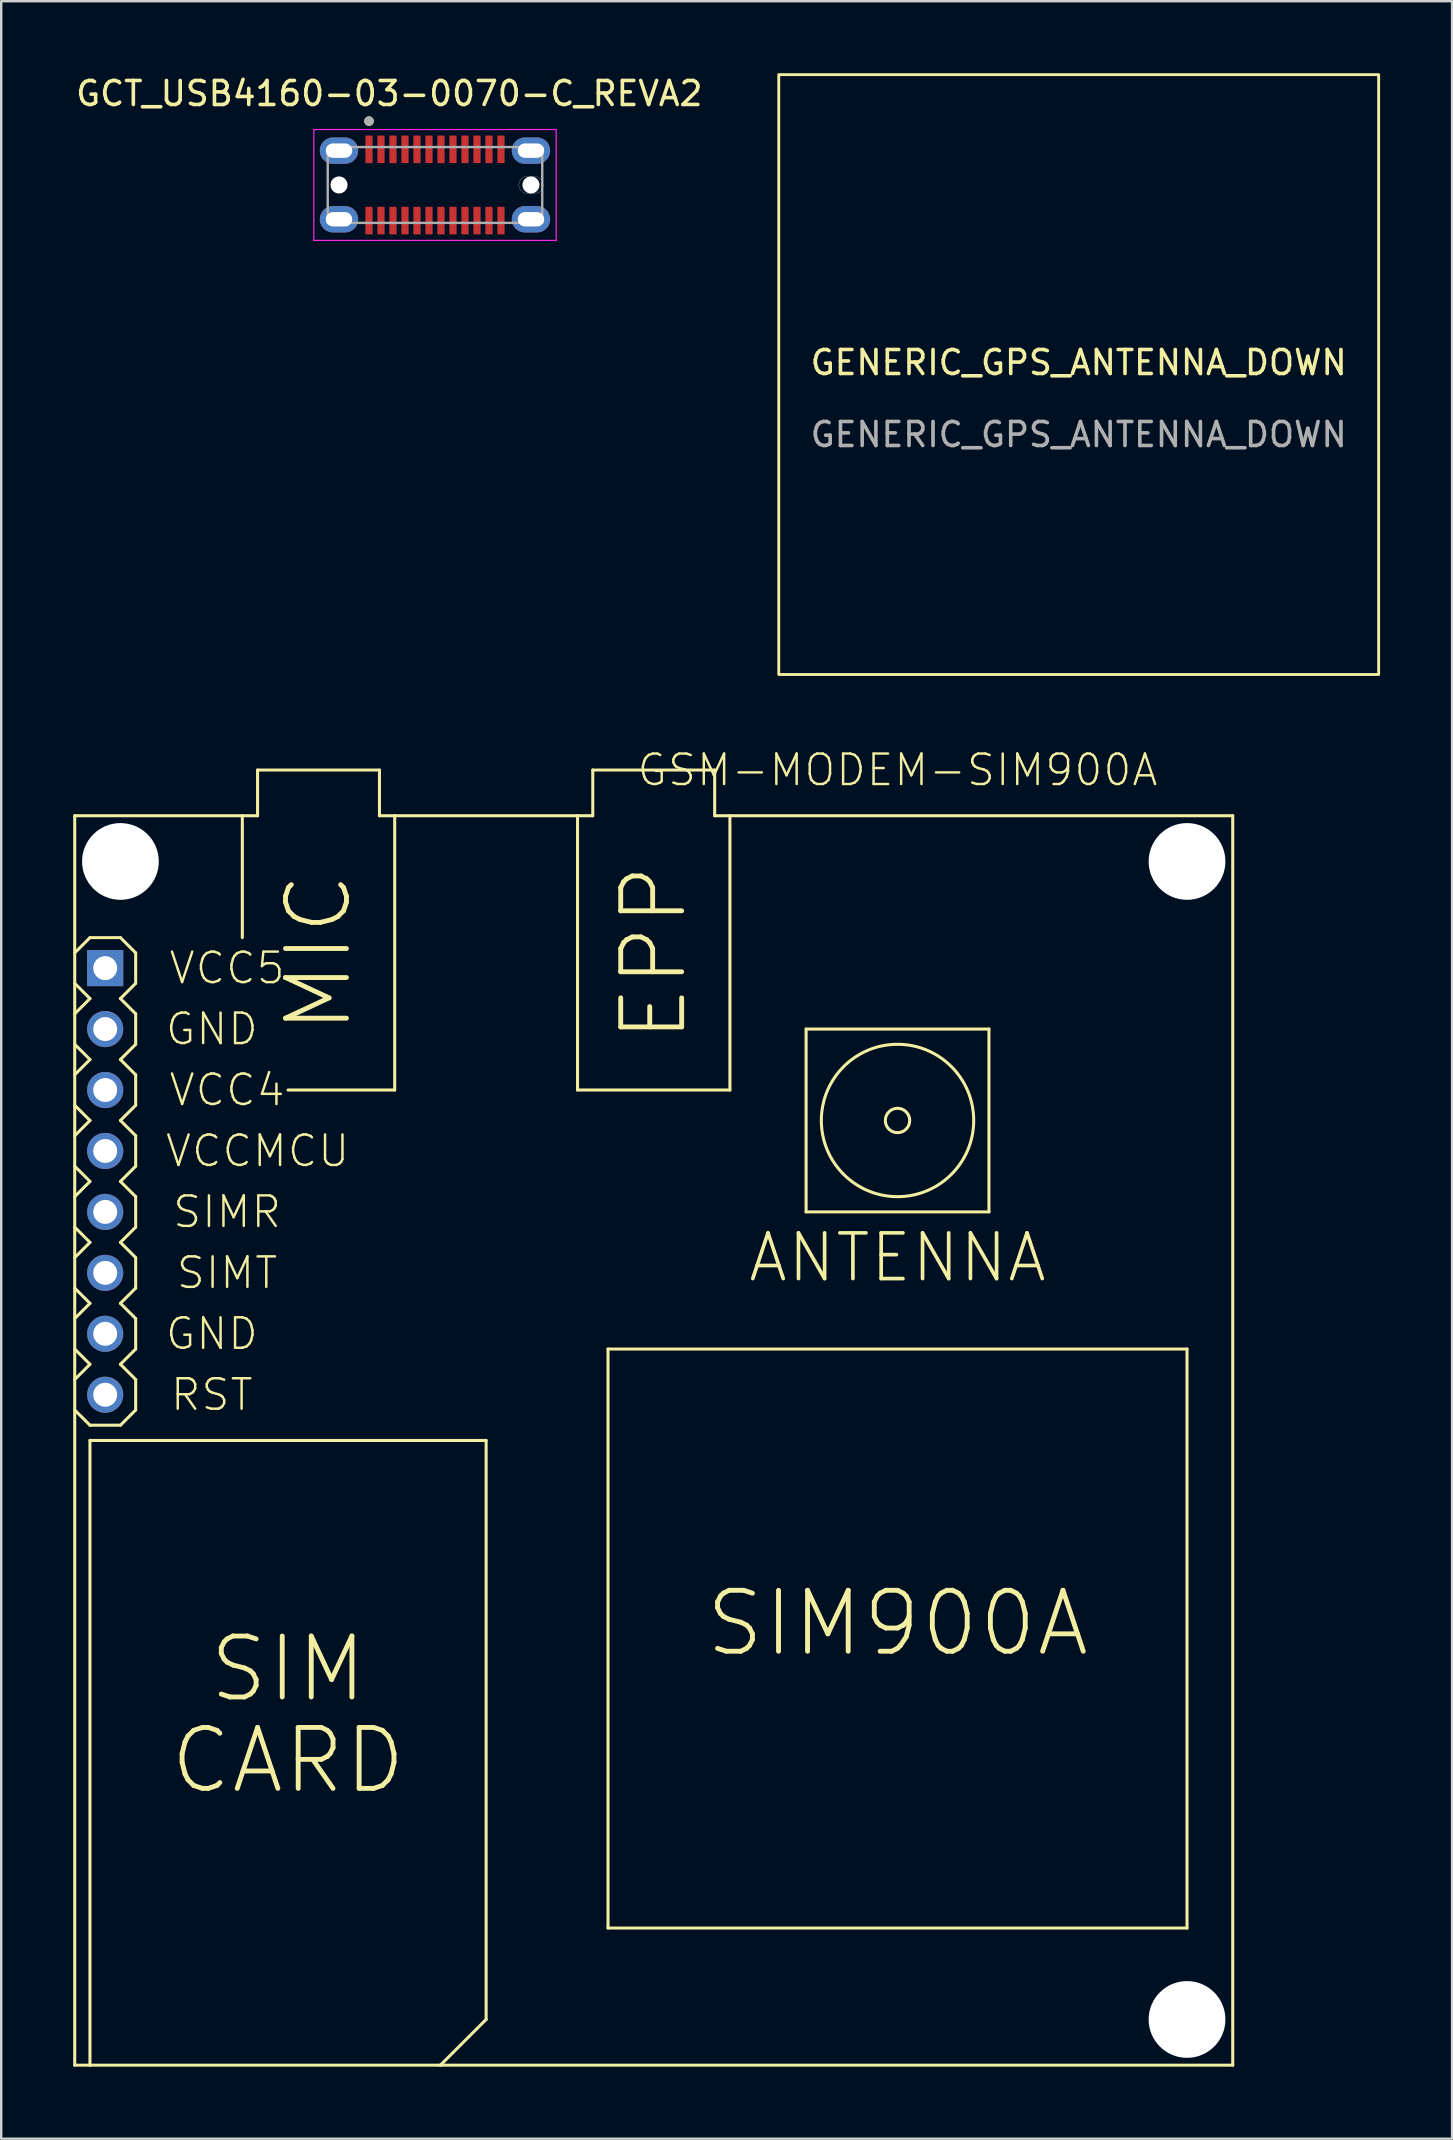
<source format=kicad_pcb>
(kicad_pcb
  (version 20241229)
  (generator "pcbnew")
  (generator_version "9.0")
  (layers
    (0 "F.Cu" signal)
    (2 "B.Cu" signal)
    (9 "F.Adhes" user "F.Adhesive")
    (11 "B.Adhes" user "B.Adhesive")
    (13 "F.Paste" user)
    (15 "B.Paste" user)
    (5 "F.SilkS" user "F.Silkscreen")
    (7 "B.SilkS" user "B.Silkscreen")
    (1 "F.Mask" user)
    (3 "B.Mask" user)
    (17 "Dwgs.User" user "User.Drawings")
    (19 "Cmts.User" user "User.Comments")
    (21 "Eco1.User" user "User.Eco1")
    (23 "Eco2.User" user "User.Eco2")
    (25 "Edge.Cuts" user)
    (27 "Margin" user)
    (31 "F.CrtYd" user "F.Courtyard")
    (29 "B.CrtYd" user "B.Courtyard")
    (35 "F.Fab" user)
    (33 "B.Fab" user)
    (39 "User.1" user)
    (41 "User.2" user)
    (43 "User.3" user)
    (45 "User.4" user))
  (footprint "GSM-MODEM-SIM900A"
    (layer "F.Cu")
    (at 24.194 57.616)
    (property "Reference" "GSM-MODEM-SIM900A" (at 10.16 -28.575 0) (layer "F.SilkS") (effects (font (size 1.27 1.27) (thickness 0.102))))
    (attr exclude_from_pos_files exclude_from_bom)
    (fp_line (start -24.13 -26.67) (end -24.13 25.4) (stroke (width 0.127) (type solid)) (layer "F.SilkS"))
    (fp_line (start -24.13 -26.67) (end -17.145 -26.67) (stroke (width 0.127) (type solid)) (layer "F.SilkS"))
    (fp_line (start -24.13 -20.955) (end -23.495 -21.59) (stroke (width 0.127) (type solid)) (layer "F.SilkS"))
    (fp_line (start -24.13 -18.415) (end -23.495 -19.05) (stroke (width 0.127) (type solid)) (layer "F.SilkS"))
    (fp_line (start -24.13 -15.875) (end -23.495 -16.51) (stroke (width 0.127) (type solid)) (layer "F.SilkS"))
    (fp_line (start -24.13 -13.335) (end -23.495 -13.97) (stroke (width 0.127) (type solid)) (layer "F.SilkS"))
    (fp_line (start -24.13 -10.795) (end -23.495 -11.43) (stroke (width 0.127) (type solid)) (layer "F.SilkS"))
    (fp_line (start -24.13 -8.255) (end -23.495 -8.89) (stroke (width 0.127) (type solid)) (layer "F.SilkS"))
    (fp_line (start -24.13 -5.715) (end -23.495 -6.35) (stroke (width 0.127) (type solid)) (layer "F.SilkS"))
    (fp_line (start -24.13 -1.905) (end -23.495 -1.27) (stroke (width 0.127) (type solid)) (layer "F.SilkS"))
    (fp_line (start -24.13 25.4) (end -23.495 25.4) (stroke (width 0.127) (type solid)) (layer "F.SilkS"))
    (fp_line (start -23.495 -21.59) (end -22.225 -21.59) (stroke (width 0.127) (type solid)) (layer "F.SilkS"))
    (fp_line (start -23.495 -19.05) (end -24.13 -19.685) (stroke (width 0.127) (type solid)) (layer "F.SilkS"))
    (fp_line (start -23.495 -16.51) (end -24.13 -17.145) (stroke (width 0.127) (type solid)) (layer "F.SilkS"))
    (fp_line (start -23.495 -13.97) (end -24.13 -14.605) (stroke (width 0.127) (type solid)) (layer "F.SilkS"))
    (fp_line (start -23.495 -11.43) (end -24.13 -12.065) (stroke (width 0.127) (type solid)) (layer "F.SilkS"))
    (fp_line (start -23.495 -8.89) (end -24.13 -9.525) (stroke (width 0.127) (type solid)) (layer "F.SilkS"))
    (fp_line (start -23.495 -6.35) (end -24.13 -6.985) (stroke (width 0.127) (type solid)) (layer "F.SilkS"))
    (fp_line (start -23.495 -3.81) (end -24.13 -4.445) (stroke (width 0.127) (type solid)) (layer "F.SilkS"))
    (fp_line (start -23.495 -3.81) (end -24.13 -3.175) (stroke (width 0.127) (type solid)) (layer "F.SilkS"))
    (fp_line (start -23.495 -1.27) (end -22.225 -1.27) (stroke (width 0.127) (type solid)) (layer "F.SilkS"))
    (fp_line (start -23.495 -0.635) (end -6.985 -0.635) (stroke (width 0.127) (type solid)) (layer "F.SilkS"))
    (fp_line (start -23.495 25.4) (end -23.495 -0.635) (stroke (width 0.127) (type solid)) (layer "F.SilkS"))
    (fp_line (start -23.495 25.4) (end -8.89 25.4) (stroke (width 0.127) (type solid)) (layer "F.SilkS"))
    (fp_line (start -22.225 -21.59) (end -21.59 -20.955) (stroke (width 0.127) (type solid)) (layer "F.SilkS"))
    (fp_line (start -22.225 -19.05) (end -21.59 -18.415) (stroke (width 0.127) (type solid)) (layer "F.SilkS"))
    (fp_line (start -22.225 -16.51) (end -21.59 -15.875) (stroke (width 0.127) (type solid)) (layer "F.SilkS"))
    (fp_line (start -22.225 -13.97) (end -21.59 -13.335) (stroke (width 0.127) (type solid)) (layer "F.SilkS"))
    (fp_line (start -22.225 -11.43) (end -21.59 -10.795) (stroke (width 0.127) (type solid)) (layer "F.SilkS"))
    (fp_line (start -22.225 -8.89) (end -21.59 -8.255) (stroke (width 0.127) (type solid)) (layer "F.SilkS"))
    (fp_line (start -22.225 -6.35) (end -21.59 -5.715) (stroke (width 0.127) (type solid)) (layer "F.SilkS"))
    (fp_line (start -22.225 -1.27) (end -21.59 -1.905) (stroke (width 0.127) (type solid)) (layer "F.SilkS"))
    (fp_line (start -21.59 -20.955) (end -21.59 -19.685) (stroke (width 0.127) (type solid)) (layer "F.SilkS"))
    (fp_line (start -21.59 -19.685) (end -22.225 -19.05) (stroke (width 0.127) (type solid)) (layer "F.SilkS"))
    (fp_line (start -21.59 -18.415) (end -21.59 -17.145) (stroke (width 0.127) (type solid)) (layer "F.SilkS"))
    (fp_line (start -21.59 -17.145) (end -22.225 -16.51) (stroke (width 0.127) (type solid)) (layer "F.SilkS"))
    (fp_line (start -21.59 -15.875) (end -21.59 -14.605) (stroke (width 0.127) (type solid)) (layer "F.SilkS"))
    (fp_line (start -21.59 -14.605) (end -22.225 -13.97) (stroke (width 0.127) (type solid)) (layer "F.SilkS"))
    (fp_line (start -21.59 -13.335) (end -21.59 -12.065) (stroke (width 0.127) (type solid)) (layer "F.SilkS"))
    (fp_line (start -21.59 -12.065) (end -22.225 -11.43) (stroke (width 0.127) (type solid)) (layer "F.SilkS"))
    (fp_line (start -21.59 -10.795) (end -21.59 -9.525) (stroke (width 0.127) (type solid)) (layer "F.SilkS"))
    (fp_line (start -21.59 -9.525) (end -22.225 -8.89) (stroke (width 0.127) (type solid)) (layer "F.SilkS"))
    (fp_line (start -21.59 -8.255) (end -21.59 -6.985) (stroke (width 0.127) (type solid)) (layer "F.SilkS"))
    (fp_line (start -21.59 -6.985) (end -22.225 -6.35) (stroke (width 0.127) (type solid)) (layer "F.SilkS"))
    (fp_line (start -21.59 -5.715) (end -21.59 -4.445) (stroke (width 0.127) (type solid)) (layer "F.SilkS"))
    (fp_line (start -21.59 -4.445) (end -22.225 -3.81) (stroke (width 0.127) (type solid)) (layer "F.SilkS"))
    (fp_line (start -21.59 -3.175) (end -22.225 -3.81) (stroke (width 0.127) (type solid)) (layer "F.SilkS"))
    (fp_line (start -21.59 -1.905) (end -21.59 -3.175) (stroke (width 0.127) (type solid)) (layer "F.SilkS"))
    (fp_line (start -17.145 -26.67) (end -17.145 -21.59) (stroke (width 0.127) (type solid)) (layer "F.SilkS"))
    (fp_line (start -16.51 -28.575) (end -16.51 -26.67) (stroke (width 0.127) (type solid)) (layer "F.SilkS"))
    (fp_line (start -16.51 -28.575) (end -11.43 -28.575) (stroke (width 0.127) (type solid)) (layer "F.SilkS"))
    (fp_line (start -16.51 -26.67) (end -17.145 -26.67) (stroke (width 0.127) (type solid)) (layer "F.SilkS"))
    (fp_line (start -11.43 -28.575) (end -11.43 -26.67) (stroke (width 0.127) (type solid)) (layer "F.SilkS"))
    (fp_line (start -11.43 -26.67) (end -10.795 -26.67) (stroke (width 0.127) (type solid)) (layer "F.SilkS"))
    (fp_line (start -10.795 -26.67) (end -10.795 -15.24) (stroke (width 0.127) (type solid)) (layer "F.SilkS"))
    (fp_line (start -10.795 -26.67) (end -3.175 -26.67) (stroke (width 0.127) (type solid)) (layer "F.SilkS"))
    (fp_line (start -10.795 -15.24) (end -15.24 -15.24) (stroke (width 0.127) (type solid)) (layer "F.SilkS"))
    (fp_line (start -8.89 25.4) (end 24.13 25.4) (stroke (width 0.127) (type solid)) (layer "F.SilkS"))
    (fp_line (start -6.985 -0.635) (end -6.985 23.495) (stroke (width 0.127) (type solid)) (layer "F.SilkS"))
    (fp_line (start -6.985 23.495) (end -8.89 25.4) (stroke (width 0.127) (type solid)) (layer "F.SilkS"))
    (fp_line (start -3.175 -15.24) (end -3.175 -26.67) (stroke (width 0.127) (type solid)) (layer "F.SilkS"))
    (fp_line (start -2.54 -28.575) (end -2.54 -26.67) (stroke (width 0.127) (type solid)) (layer "F.SilkS"))
    (fp_line (start -2.54 -28.575) (end 2.54 -28.575) (stroke (width 0.127) (type solid)) (layer "F.SilkS"))
    (fp_line (start -2.54 -26.67) (end -3.175 -26.67) (stroke (width 0.127) (type solid)) (layer "F.SilkS"))
    (fp_line (start -1.905 -4.445) (end 22.225 -4.445) (stroke (width 0.127) (type solid)) (layer "F.SilkS"))
    (fp_line (start -1.905 19.685) (end -1.905 -4.445) (stroke (width 0.127) (type solid)) (layer "F.SilkS"))
    (fp_line (start 2.54 -28.575) (end 2.54 -26.67) (stroke (width 0.127) (type solid)) (layer "F.SilkS"))
    (fp_line (start 2.54 -26.67) (end 3.175 -26.67) (stroke (width 0.127) (type solid)) (layer "F.SilkS"))
    (fp_line (start 3.175 -26.67) (end 3.175 -15.24) (stroke (width 0.127) (type solid)) (layer "F.SilkS"))
    (fp_line (start 3.175 -26.67) (end 24.13 -26.67) (stroke (width 0.127) (type solid)) (layer "F.SilkS"))
    (fp_line (start 3.175 -15.24) (end -3.175 -15.24) (stroke (width 0.127) (type solid)) (layer "F.SilkS"))
    (fp_line (start 6.35 -17.78) (end 13.97 -17.78) (stroke (width 0.127) (type solid)) (layer "F.SilkS"))
    (fp_line (start 6.35 -10.16) (end 6.35 -17.78) (stroke (width 0.127) (type solid)) (layer "F.SilkS"))
    (fp_line (start 13.97 -17.78) (end 13.97 -10.16) (stroke (width 0.127) (type solid)) (layer "F.SilkS"))
    (fp_line (start 13.97 -10.16) (end 6.35 -10.16) (stroke (width 0.127) (type solid)) (layer "F.SilkS"))
    (fp_line (start 22.225 -4.445) (end 22.225 19.685) (stroke (width 0.127) (type solid)) (layer "F.SilkS"))
    (fp_line (start 22.225 19.685) (end -1.905 19.685) (stroke (width 0.127) (type solid)) (layer "F.SilkS"))
    (fp_line (start 24.13 -26.67) (end 24.13 25.4) (stroke (width 0.127) (type solid)) (layer "F.SilkS"))
    (fp_circle (center 10.16 -13.97) (end 10.16 -17.145) (stroke (width 0.127) (type solid)) (fill no) (layer "F.SilkS"))
    (fp_circle (center 10.16 -13.97) (end 10.16 -14.478) (stroke (width 0.127) (type solid)) (fill no) (layer "F.SilkS"))
    (fp_text user "SIMT" (at -17.78 -7.62 0) (layer "F.SilkS") (effects (font (size 1.27 1.27) (thickness 0.102))))
    (fp_text user "VCC4" (at -17.78 -15.24 0) (layer "F.SilkS") (effects (font (size 1.27 1.27) (thickness 0.102))))
    (fp_text user "VCC5" (at -17.78 -20.32 0) (layer "F.SilkS") (effects (font (size 1.27 1.27) (thickness 0.102))))
    (fp_text user "SIMR" (at -17.78 -10.16 0) (layer "F.SilkS") (effects (font (size 1.27 1.27) (thickness 0.102))))
    (fp_text user "MIC" (at -13.97 -20.955 90) (layer "F.SilkS") (effects (font (size 2.54 2.54) (thickness 0.203))))
    (fp_text user "SIM" (at -15.24 8.89 180) (layer "F.SilkS") (effects (font (size 2.54 2.54) (thickness 0.203))))
    (fp_text user "ANTENNA" (at 10.16 -8.255 180) (layer "F.SilkS") (effects (font (size 1.905 1.905) (thickness 0.152))))
    (fp_text user "SIM900A" (at 10.16 6.985 180) (layer "F.SilkS") (effects (font (size 2.54 2.54) (thickness 0.203))))
    (fp_text user "GND" (at -18.415 -5.08 0) (layer "F.SilkS") (effects (font (size 1.27 1.27) (thickness 0.102))))
    (fp_text user "RST" (at -18.415 -2.54 0) (layer "F.SilkS") (effects (font (size 1.27 1.27) (thickness 0.102))))
    (fp_text user "VCCMCU" (at -16.51 -12.7 0) (layer "F.SilkS") (effects (font (size 1.27 1.27) (thickness 0.102))))
    (fp_text user "GND" (at -18.415 -17.78 0) (layer "F.SilkS") (effects (font (size 1.27 1.27) (thickness 0.102))))
    (fp_text user "EPP" (at 0 -20.955 90) (layer "F.SilkS") (effects (font (size 2.54 2.54) (thickness 0.203))))
    (fp_text user "CARD" (at -15.24 12.7 180) (layer "F.SilkS") (effects (font (size 2.54 2.54) (thickness 0.203))))
    (pad "" np_thru_hole circle (at -22.225 -24.765) (size 3.198 3.198) (drill 3.198) (layers "*.Cu" "*.Mask"))
    (pad "" np_thru_hole circle (at 22.225 -24.765) (size 3.198 3.198) (drill 3.198) (layers "*.Cu" "*.Mask"))
    (pad "" np_thru_hole circle (at 22.225 23.495) (size 3.198 3.198) (drill 3.198) (layers "*.Cu" "*.Mask"))
    (pad "J1.1" thru_hole rect (at -22.86 -20.32) (size 1.506 1.506) (drill 0.998) (layers "*.Cu" "*.Paste" "*.Mask"))
    (pad "J1.2" thru_hole circle (at -22.86 -17.78) (size 1.506 1.506) (drill 0.998) (layers "*.Cu" "*.Paste" "*.Mask"))
    (pad "J1.3" thru_hole circle (at -22.86 -15.24) (size 1.506 1.506) (drill 0.998) (layers "*.Cu" "*.Paste" "*.Mask"))
    (pad "J1.4" thru_hole circle (at -22.86 -12.7) (size 1.506 1.506) (drill 0.998) (layers "*.Cu" "*.Paste" "*.Mask"))
    (pad "J1.5" thru_hole circle (at -22.86 -10.16) (size 1.506 1.506) (drill 0.998) (layers "*.Cu" "*.Paste" "*.Mask"))
    (pad "J1.6" thru_hole circle (at -22.86 -7.62) (size 1.506 1.506) (drill 0.998) (layers "*.Cu" "*.Paste" "*.Mask"))
    (pad "J1.7" thru_hole circle (at -22.86 -5.08) (size 1.506 1.506) (drill 0.998) (layers "*.Cu" "*.Paste" "*.Mask"))
    (pad "J1.8" thru_hole circle (at -22.86 -2.54) (size 1.506 1.506) (drill 0.998) (layers "*.Cu" "*.Paste" "*.Mask")))
  (footprint "GCT_USB4160-03-0070-C_REVA2"
    (layer "F.Cu")
    (at 15.078 4.658)
    (property "Reference" "GCT_USB4160-03-0070-C_REVA2" (at -1.905 -3.81 0) (layer "F.SilkS") (effects (font (size 1 1) (thickness 0.15))))
    (attr smd)
    (fp_circle (center -2.75 -2.66) (end -2.65 -2.66) (stroke (width 0.2) (type solid)) (fill no) (layer "F.SilkS"))
    (fp_line (start 3.85 -0.355) (end 4.15 -0.355) (stroke (width 0.01) (type solid)) (layer "Edge.Cuts"))
    (fp_line (start 4.15 0.355) (end 3.85 0.355) (stroke (width 0.01) (type solid)) (layer "Edge.Cuts"))
    (fp_arc (start 3.495 0) (mid 3.598977 -0.251023) (end 3.85 -0.355) (stroke (width 0.01) (type solid)) (layer "Edge.Cuts"))
    (fp_arc (start 3.85 0.355) (mid 3.598977 0.251023) (end 3.495 0) (stroke (width 0.01) (type solid)) (layer "Edge.Cuts"))
    (fp_arc (start 4.15 -0.355) (mid 4.401023 -0.251023) (end 4.505 0) (stroke (width 0.01) (type solid)) (layer "Edge.Cuts"))
    (fp_arc (start 4.505 0) (mid 4.401023 0.251023) (end 4.15 0.355) (stroke (width 0.01) (type solid)) (layer "Edge.Cuts"))
    (fp_line (start -5.05 -2.31) (end -5.05 2.31) (stroke (width 0.05) (type solid)) (layer "F.CrtYd"))
    (fp_line (start -5.05 2.31) (end 5.05 2.31) (stroke (width 0.05) (type solid)) (layer "F.CrtYd"))
    (fp_line (start 5.05 -2.31) (end -5.05 -2.31) (stroke (width 0.05) (type solid)) (layer "F.CrtYd"))
    (fp_line (start 5.05 2.31) (end 5.05 -2.31) (stroke (width 0.05) (type solid)) (layer "F.CrtYd"))
    (fp_line (start -4.47 -1.58) (end 4.47 -1.58) (stroke (width 0.1) (type solid)) (layer "F.Fab"))
    (fp_line (start -4.47 1.58) (end -4.47 -1.58) (stroke (width 0.1) (type solid)) (layer "F.Fab"))
    (fp_line (start 4.47 -1.58) (end 4.47 1.58) (stroke (width 0.1) (type solid)) (layer "F.Fab"))
    (fp_line (start 4.47 1.58) (end -4.47 1.58) (stroke (width 0.1) (type solid)) (layer "F.Fab"))
    (fp_circle (center -2.75 -2.66) (end -2.65 -2.66) (stroke (width 0.2) (type solid)) (fill no) (layer "F.Fab"))
    (pad "" np_thru_hole circle (at -4 0) (size 0.71 0.71) (drill 0.71) (layers "*.Cu" "*.Mask"))
    (pad "" np_thru_hole circle (at 4 0) (size 0.71 0.71) (drill 0.71) (layers "*.Cu" "*.Mask"))
    (pad "A1" smd rect (at -2.75 -1.485) (size 0.3 1.15) (layers "F.Cu" "F.Mask" "F.Paste"))
    (pad "A2" smd rect (at -2.25 -1.485) (size 0.3 1.15) (layers "F.Cu" "F.Mask" "F.Paste"))
    (pad "A3" smd rect (at -1.75 -1.485) (size 0.3 1.15) (layers "F.Cu" "F.Mask" "F.Paste"))
    (pad "A4" smd rect (at -1.25 -1.485) (size 0.3 1.15) (layers "F.Cu" "F.Mask" "F.Paste"))
    (pad "A5" smd rect (at -0.75 -1.485) (size 0.3 1.15) (layers "F.Cu" "F.Mask" "F.Paste"))
    (pad "A6" smd rect (at -0.25 -1.485) (size 0.3 1.15) (layers "F.Cu" "F.Mask" "F.Paste"))
    (pad "A7" smd rect (at 0.25 -1.485) (size 0.3 1.15) (layers "F.Cu" "F.Mask" "F.Paste"))
    (pad "A8" smd rect (at 0.75 -1.485) (size 0.3 1.15) (layers "F.Cu" "F.Mask" "F.Paste"))
    (pad "A9" smd rect (at 1.25 -1.485) (size 0.3 1.15) (layers "F.Cu" "F.Mask" "F.Paste"))
    (pad "A10" smd rect (at 1.75 -1.485) (size 0.3 1.15) (layers "F.Cu" "F.Mask" "F.Paste"))
    (pad "A11" smd rect (at 2.25 -1.485) (size 0.3 1.15) (layers "F.Cu" "F.Mask" "F.Paste"))
    (pad "A12" smd rect (at 2.75 -1.485) (size 0.3 1.15) (layers "F.Cu" "F.Mask" "F.Paste"))
    (pad "B1" smd rect (at 2.75 1.485) (size 0.3 1.15) (layers "F.Cu" "F.Mask" "F.Paste"))
    (pad "B2" smd rect (at 2.25 1.485) (size 0.3 1.15) (layers "F.Cu" "F.Mask" "F.Paste"))
    (pad "B3" smd rect (at 1.75 1.485) (size 0.3 1.15) (layers "F.Cu" "F.Mask" "F.Paste"))
    (pad "B4" smd rect (at 1.25 1.485) (size 0.3 1.15) (layers "F.Cu" "F.Mask" "F.Paste"))
    (pad "B5" smd rect (at 0.75 1.485) (size 0.3 1.15) (layers "F.Cu" "F.Mask" "F.Paste"))
    (pad "B6" smd rect (at 0.25 1.485) (size 0.3 1.15) (layers "F.Cu" "F.Mask" "F.Paste"))
    (pad "B7" smd rect (at -0.25 1.485) (size 0.3 1.15) (layers "F.Cu" "F.Mask" "F.Paste"))
    (pad "B8" smd rect (at -0.75 1.485) (size 0.3 1.15) (layers "F.Cu" "F.Mask" "F.Paste"))
    (pad "B9" smd rect (at -1.25 1.485) (size 0.3 1.15) (layers "F.Cu" "F.Mask" "F.Paste"))
    (pad "B10" smd rect (at -1.75 1.485) (size 0.3 1.15) (layers "F.Cu" "F.Mask" "F.Paste"))
    (pad "B11" smd rect (at -2.25 1.485) (size 0.3 1.15) (layers "F.Cu" "F.Mask" "F.Paste"))
    (pad "B12" smd rect (at -2.75 1.485) (size 0.3 1.15) (layers "F.Cu" "F.Mask" "F.Paste"))
    (pad "S1" thru_hole oval (at -4 -1.43) (size 1.6 1.1) (drill oval 1.1 0.6) (layers "*.Cu" "*.Mask"))
    (pad "S1" thru_hole oval (at -4 1.43) (size 1.6 1.1) (drill oval 1.1 0.6) (layers "*.Cu" "*.Mask"))
    (pad "S1" thru_hole oval (at 4 -1.43) (size 1.6 1.1) (drill oval 1.1 0.6) (layers "*.Cu" "*.Mask"))
    (pad "S1" thru_hole oval (at 4 1.43) (size 1.6 1.1) (drill oval 1.1 0.6) (layers "*.Cu" "*.Mask")))
  (footprint "GENERIC_GPS_ANTENNA_DOWN"
    (layer "F.Cu")
    (at 41.905 12.56)
    (property "Reference" "GENERIC_GPS_ANTENNA_DOWN" (at 0 -0.5 0) (unlocked yes) (layer "F.SilkS") (effects (font (size 1 1) (thickness 0.15))))
    (attr smd)
    (fp_rect (start -12.5 -12.5) (end 12.5 12.5) (stroke (width 0.12) (type solid)) (fill no) (layer "F.SilkS"))
    (fp_text user "${REFERENCE}" (at 0 2.5 0) (unlocked yes) (layer "F.Fab") (effects (font (size 1 1) (thickness 0.15))))
    (zone (net_name "") (layers "F.Cu" "B.Cu" "F.SilkS") (hatch edge 0.508) (connect_pads) (min_thickness 0.254) (filled_areas_thickness no) (keepout (tracks not_allowed) (vias not_allowed) (pads not_allowed) (copperpour not_allowed) (footprints allowed)) (placement (enabled no)) (fill) (polygon (pts (xy 51.905 22.56) (xy 31.905 22.56) (xy 31.905 2.56) (xy 51.905 2.56)))))
  (gr_rect
    (start -3 -3)
    (end 57.465 86.08)
    (stroke (width 0.1) (type default))
    (fill no)
    (layer "Edge.Cuts")))
</source>
